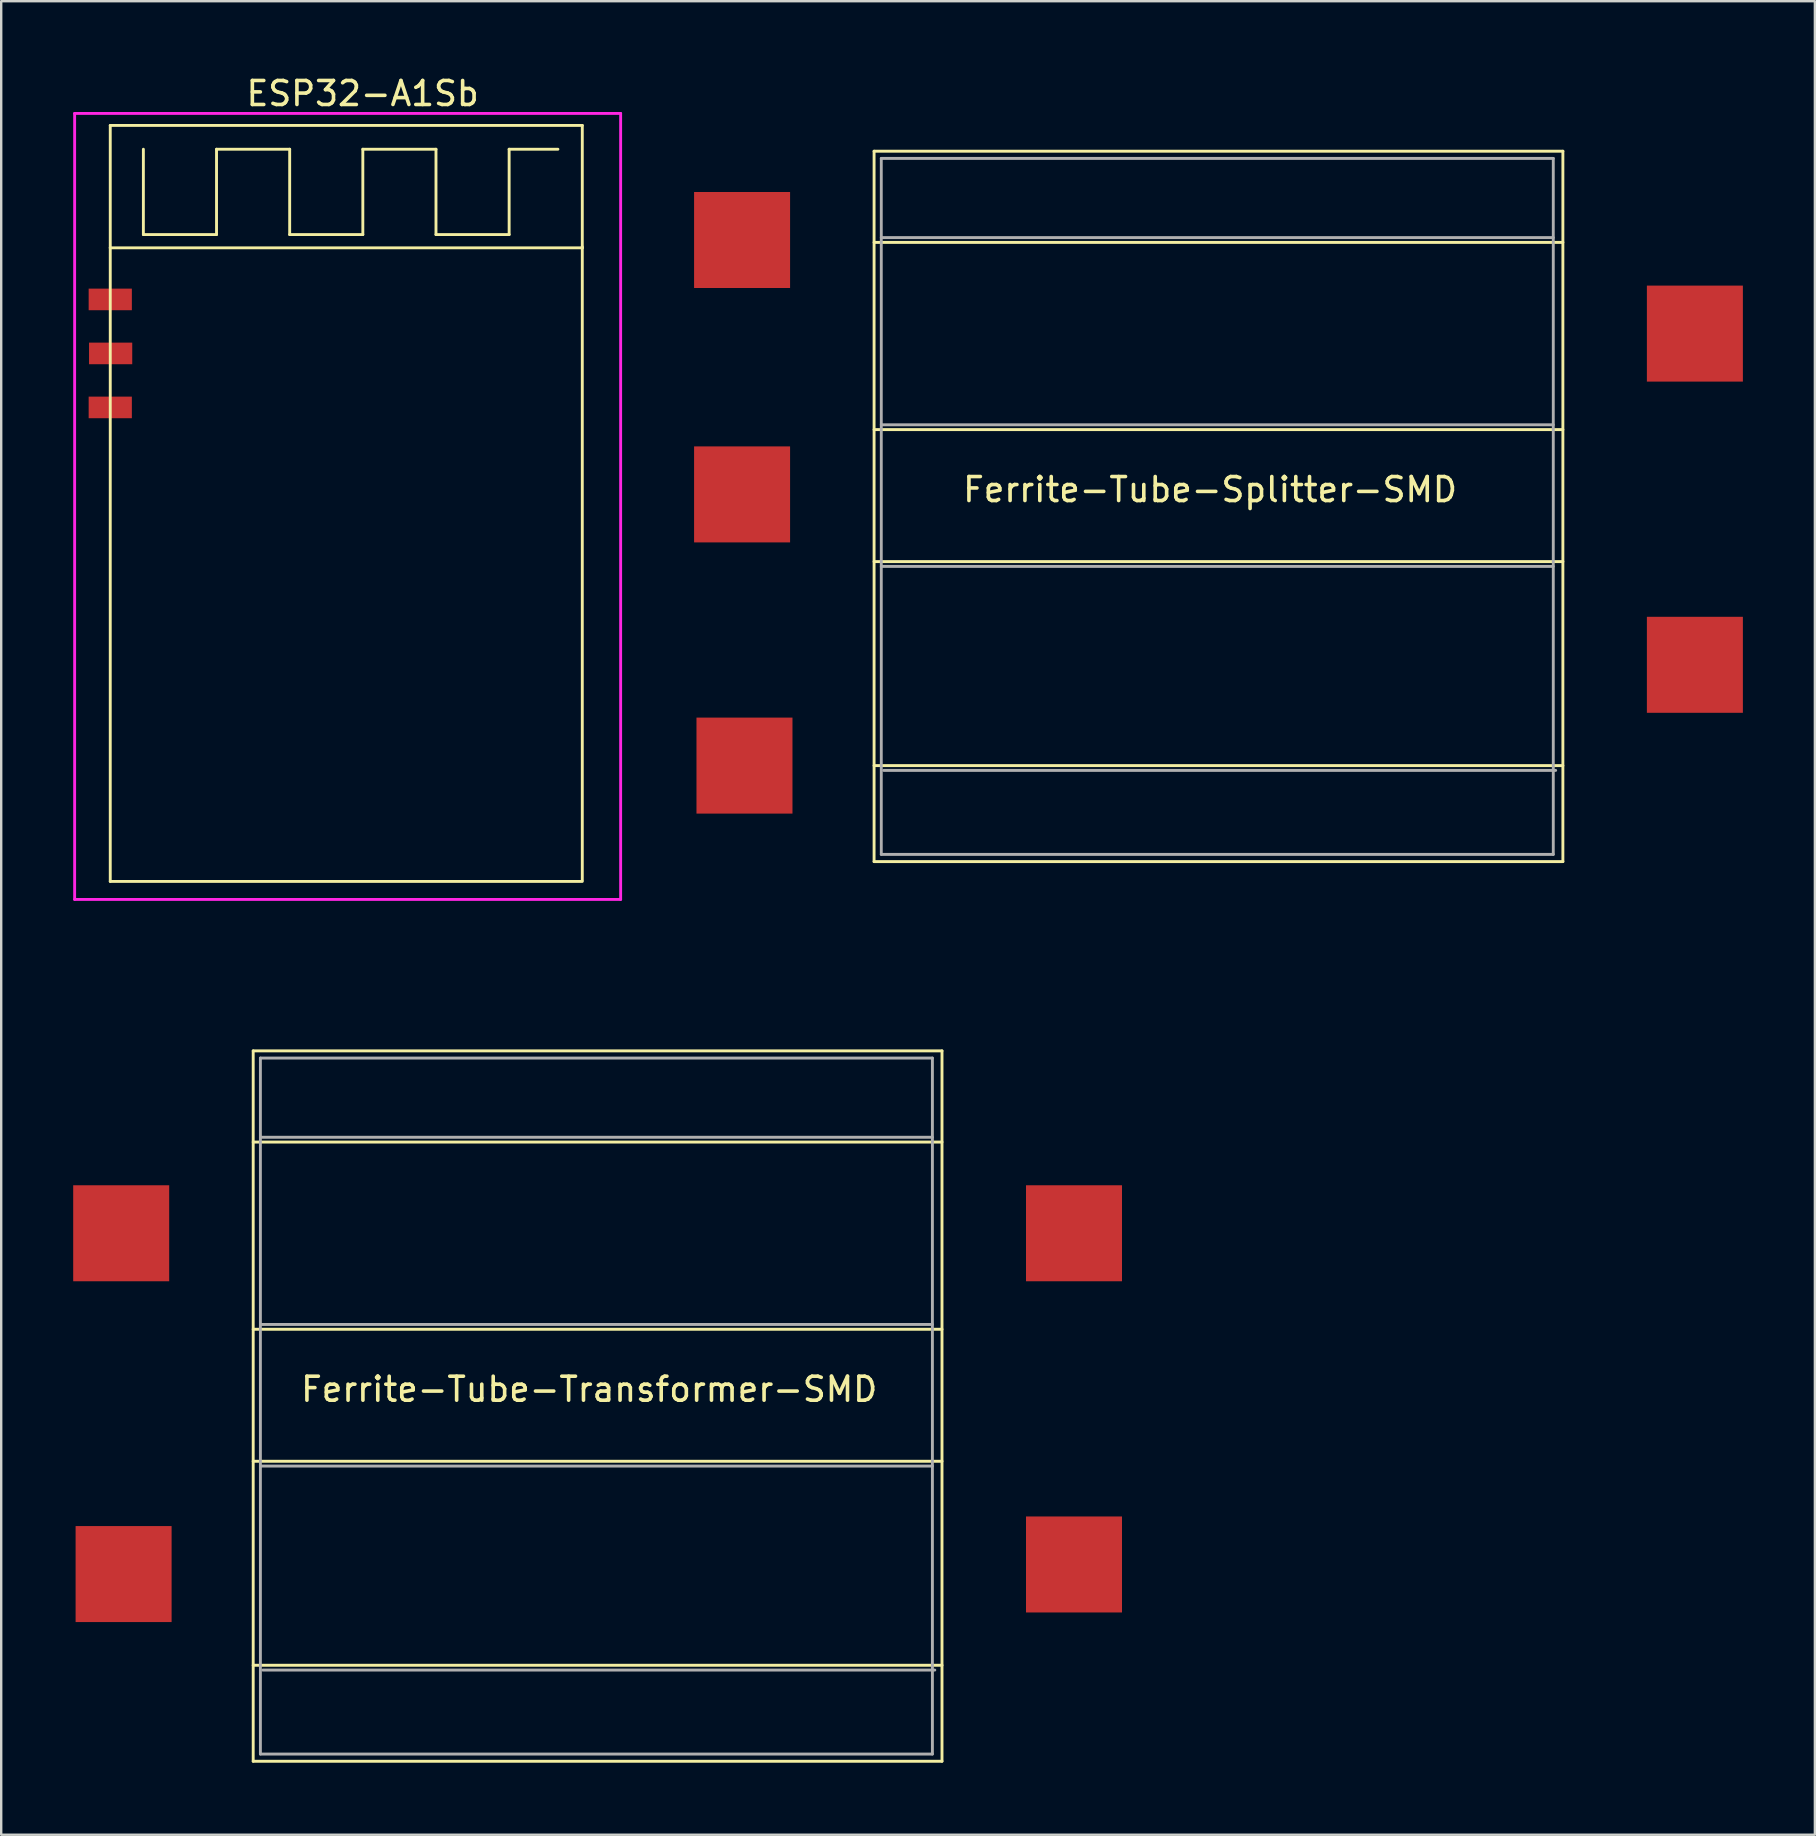
<source format=kicad_pcb>
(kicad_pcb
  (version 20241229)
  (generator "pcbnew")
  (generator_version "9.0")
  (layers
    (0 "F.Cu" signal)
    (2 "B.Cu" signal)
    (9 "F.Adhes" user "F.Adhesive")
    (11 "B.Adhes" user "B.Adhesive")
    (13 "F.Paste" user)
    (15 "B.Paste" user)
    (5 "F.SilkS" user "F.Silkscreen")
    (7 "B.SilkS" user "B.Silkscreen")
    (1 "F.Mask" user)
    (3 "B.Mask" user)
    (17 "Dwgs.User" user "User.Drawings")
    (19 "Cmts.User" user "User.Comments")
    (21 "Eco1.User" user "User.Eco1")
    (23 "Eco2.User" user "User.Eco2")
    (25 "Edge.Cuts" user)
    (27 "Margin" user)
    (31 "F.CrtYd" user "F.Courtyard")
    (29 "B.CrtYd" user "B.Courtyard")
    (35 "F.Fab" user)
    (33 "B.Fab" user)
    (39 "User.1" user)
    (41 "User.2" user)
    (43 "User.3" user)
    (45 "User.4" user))
  (footprint "Ferrite-Tube-Splitter-SMD"
    (layer "F.Cu")
    (at 46.07 0.25)
    (property "Reference" "Ferrite-Tube-Splitter-SMD" (at 1.3 17.1 0) (layer "F.SilkS") (effects (font (size 1 1) (thickness 0.15))))
    (attr through_hole)
    (fp_line (start -12.7 3) (end 16 3) (stroke (width 0.12) (type solid)) (layer "F.SilkS"))
    (fp_line (start -12.7 6.8) (end 16 6.8) (stroke (width 0.12) (type solid)) (layer "F.SilkS"))
    (fp_line (start -12.7 14.6) (end 16 14.6) (stroke (width 0.12) (type solid)) (layer "F.SilkS"))
    (fp_line (start -12.7 20.1) (end 16 20.1) (stroke (width 0.12) (type solid)) (layer "F.SilkS"))
    (fp_line (start -12.7 28.6) (end 16 28.6) (stroke (width 0.12) (type solid)) (layer "F.SilkS"))
    (fp_line (start -12.7 32.6) (end -12.7 3) (stroke (width 0.12) (type solid)) (layer "F.SilkS"))
    (fp_line (start 16 3) (end 16 32.6) (stroke (width 0.12) (type solid)) (layer "F.SilkS"))
    (fp_line (start 16 32.6) (end -12.7 32.6) (stroke (width 0.12) (type solid)) (layer "F.SilkS"))
    (fp_line (start -12.4 3.3) (end -12.4 32.3) (stroke (width 0.12) (type solid)) (layer "F.Fab"))
    (fp_line (start -12.4 3.3) (end 15.6 3.3) (stroke (width 0.12) (type solid)) (layer "F.Fab"))
    (fp_line (start -12.4 6.6) (end 15.6 6.6) (stroke (width 0.12) (type solid)) (layer "F.Fab"))
    (fp_line (start -12.4 14.4) (end 15.6 14.4) (stroke (width 0.12) (type solid)) (layer "F.Fab"))
    (fp_line (start -12.4 20.3) (end 15.6 20.3) (stroke (width 0.12) (type solid)) (layer "F.Fab"))
    (fp_line (start -12.4 32.3) (end 15.6 32.3) (stroke (width 0.12) (type solid)) (layer "F.Fab"))
    (fp_line (start -12.3 28.8) (end 15.7 28.8) (stroke (width 0.12) (type solid)) (layer "F.Fab"))
    (fp_line (start 15.6 3.3) (end 15.6 32.3) (stroke (width 0.12) (type solid)) (layer "F.Fab"))
    (pad "1" smd rect (at -18.2 6.7) (size 4 4) (layers "F.Cu" "F.Mask" "F.Paste"))
    (pad "2" smd rect (at -18.1 28.6) (size 4 4) (layers "F.Cu" "F.Mask" "F.Paste"))
    (pad "3" smd rect (at 21.5 10.6) (size 4 4) (layers "F.Cu" "F.Mask" "F.Paste"))
    (pad "4" smd rect (at -18.2 17.3) (size 4 4) (layers "F.Cu" "F.Mask" "F.Paste"))
    (pad "5" smd rect (at 21.5 24.4) (size 4 4) (layers "F.Cu" "F.Mask" "F.Paste")))
  (footprint "Ferrite-Tube-Transformer-SMD"
    (layer "F.Cu")
    (at 20.2 37.736)
    (property "Reference" "Ferrite-Tube-Transformer-SMD" (at 1.3 17.1 0) (layer "F.SilkS") (effects (font (size 1 1) (thickness 0.15))))
    (attr through_hole)
    (fp_line (start -12.7 3) (end 16 3) (stroke (width 0.12) (type solid)) (layer "F.SilkS"))
    (fp_line (start -12.7 6.8) (end 16 6.8) (stroke (width 0.12) (type solid)) (layer "F.SilkS"))
    (fp_line (start -12.7 14.6) (end 16 14.6) (stroke (width 0.12) (type solid)) (layer "F.SilkS"))
    (fp_line (start -12.7 20.1) (end 16 20.1) (stroke (width 0.12) (type solid)) (layer "F.SilkS"))
    (fp_line (start -12.7 28.6) (end 16 28.6) (stroke (width 0.12) (type solid)) (layer "F.SilkS"))
    (fp_line (start -12.7 32.6) (end -12.7 3) (stroke (width 0.12) (type solid)) (layer "F.SilkS"))
    (fp_line (start 16 3) (end 16 32.6) (stroke (width 0.12) (type solid)) (layer "F.SilkS"))
    (fp_line (start 16 32.6) (end -12.7 32.6) (stroke (width 0.12) (type solid)) (layer "F.SilkS"))
    (fp_line (start -12.4 3.3) (end -12.4 32.3) (stroke (width 0.12) (type solid)) (layer "F.Fab"))
    (fp_line (start -12.4 3.3) (end 15.6 3.3) (stroke (width 0.12) (type solid)) (layer "F.Fab"))
    (fp_line (start -12.4 6.6) (end 15.6 6.6) (stroke (width 0.12) (type solid)) (layer "F.Fab"))
    (fp_line (start -12.4 14.4) (end 15.6 14.4) (stroke (width 0.12) (type solid)) (layer "F.Fab"))
    (fp_line (start -12.4 20.3) (end 15.6 20.3) (stroke (width 0.12) (type solid)) (layer "F.Fab"))
    (fp_line (start -12.4 32.3) (end 15.6 32.3) (stroke (width 0.12) (type solid)) (layer "F.Fab"))
    (fp_line (start -12.3 28.8) (end 15.7 28.8) (stroke (width 0.12) (type solid)) (layer "F.Fab"))
    (fp_line (start 15.6 3.3) (end 15.6 32.3) (stroke (width 0.12) (type solid)) (layer "F.Fab"))
    (pad "C1A" smd rect (at -18.1 24.8) (size 4 4) (layers "F.Cu" "F.Mask" "F.Paste"))
    (pad "C1B" smd rect (at -18.2 10.6) (size 4 4) (layers "F.Cu" "F.Mask" "F.Paste"))
    (pad "C2A" smd rect (at 21.5 24.4) (size 4 4) (layers "F.Cu" "F.Mask" "F.Paste"))
    (pad "C2B" smd rect (at 21.5 10.6) (size 4 4) (layers "F.Cu" "F.Mask" "F.Paste")))
  (footprint "ESP32-A1Sb"
    (layer "F.Cu")
    (at 11.56 3.676)
    (property "Reference" "ESP32-A1Sb" (at 0.5 -2.828 0) (layer "F.SilkS") (effects (font (size 1 1) (thickness 0.15))))
    (attr smd)
    (fp_line (start -10.016 -1.5) (end 9.652 -1.5) (stroke (width 0.12) (type solid)) (layer "F.SilkS"))
    (fp_line (start -10.016 3.6) (end -10.016 -1.5) (stroke (width 0.12) (type solid)) (layer "F.SilkS"))
    (fp_line (start -10.016 3.6) (end 9.652 3.6) (stroke (width 0.12) (type solid)) (layer "F.SilkS"))
    (fp_line (start -10.016 30) (end -10.016 3.6) (stroke (width 0.12) (type solid)) (layer "F.SilkS"))
    (fp_line (start -10.016 30) (end 9.652 30) (stroke (width 0.12) (type solid)) (layer "F.SilkS"))
    (fp_line (start -8.636 -0.508) (end -8.636 3.048) (stroke (width 0.12) (type solid)) (layer "F.SilkS"))
    (fp_line (start -8.636 3.048) (end -5.588 3.048) (stroke (width 0.12) (type solid)) (layer "F.SilkS"))
    (fp_line (start -5.588 -0.508) (end -2.54 -0.508) (stroke (width 0.12) (type solid)) (layer "F.SilkS"))
    (fp_line (start -5.588 3.048) (end -5.588 -0.508) (stroke (width 0.12) (type solid)) (layer "F.SilkS"))
    (fp_line (start -2.54 -0.508) (end -2.54 3.048) (stroke (width 0.12) (type solid)) (layer "F.SilkS"))
    (fp_line (start -2.54 3.048) (end 0.508 3.048) (stroke (width 0.12) (type solid)) (layer "F.SilkS"))
    (fp_line (start 0.508 -0.508) (end 3.556 -0.508) (stroke (width 0.12) (type solid)) (layer "F.SilkS"))
    (fp_line (start 0.508 3.048) (end 0.508 -0.508) (stroke (width 0.12) (type solid)) (layer "F.SilkS"))
    (fp_line (start 3.556 -0.508) (end 3.556 3.048) (stroke (width 0.12) (type solid)) (layer "F.SilkS"))
    (fp_line (start 3.556 3.048) (end 6.604 3.048) (stroke (width 0.12) (type solid)) (layer "F.SilkS"))
    (fp_line (start 6.604 -0.508) (end 8.636 -0.508) (stroke (width 0.12) (type solid)) (layer "F.SilkS"))
    (fp_line (start 6.604 3.048) (end 6.604 -0.508) (stroke (width 0.12) (type solid)) (layer "F.SilkS"))
    (fp_line (start 9.652 3.6) (end 9.652 -1.5) (stroke (width 0.12) (type solid)) (layer "F.SilkS"))
    (fp_line (start 9.652 29.956) (end 9.652 3.556) (stroke (width 0.12) (type solid)) (layer "F.SilkS"))
    (fp_line (start -11.5 -2) (end -11.5 30.75) (stroke (width 0.12) (type solid)) (layer "F.CrtYd"))
    (fp_line (start -11.5 -2) (end 11.25 -2) (stroke (width 0.12) (type solid)) (layer "F.CrtYd"))
    (fp_line (start 11.25 -2) (end 11.25 30.75) (stroke (width 0.12) (type solid)) (layer "F.CrtYd"))
    (fp_line (start 11.25 30.75) (end -11.5 30.75) (stroke (width 0.12) (type solid)) (layer "F.CrtYd"))
    (pad "1" smd rect (at -10.016 5.75) (size 1.8 0.9) (layers "F.Cu" "F.Mask" "F.Paste"))
    (pad "2" smd rect (at -10 8) (size 1.8 0.9) (layers "F.Cu" "F.Mask" "F.Paste"))
    (pad "3" smd rect (at -10.016 10.25) (size 1.8 0.9) (layers "F.Cu" "F.Mask" "F.Paste")))
  (gr_rect
    (start -3 -3)
    (end 72.57 73.396)
    (stroke (width 0.1) (type default))
    (fill no)
    (layer "Edge.Cuts")))
</source>
